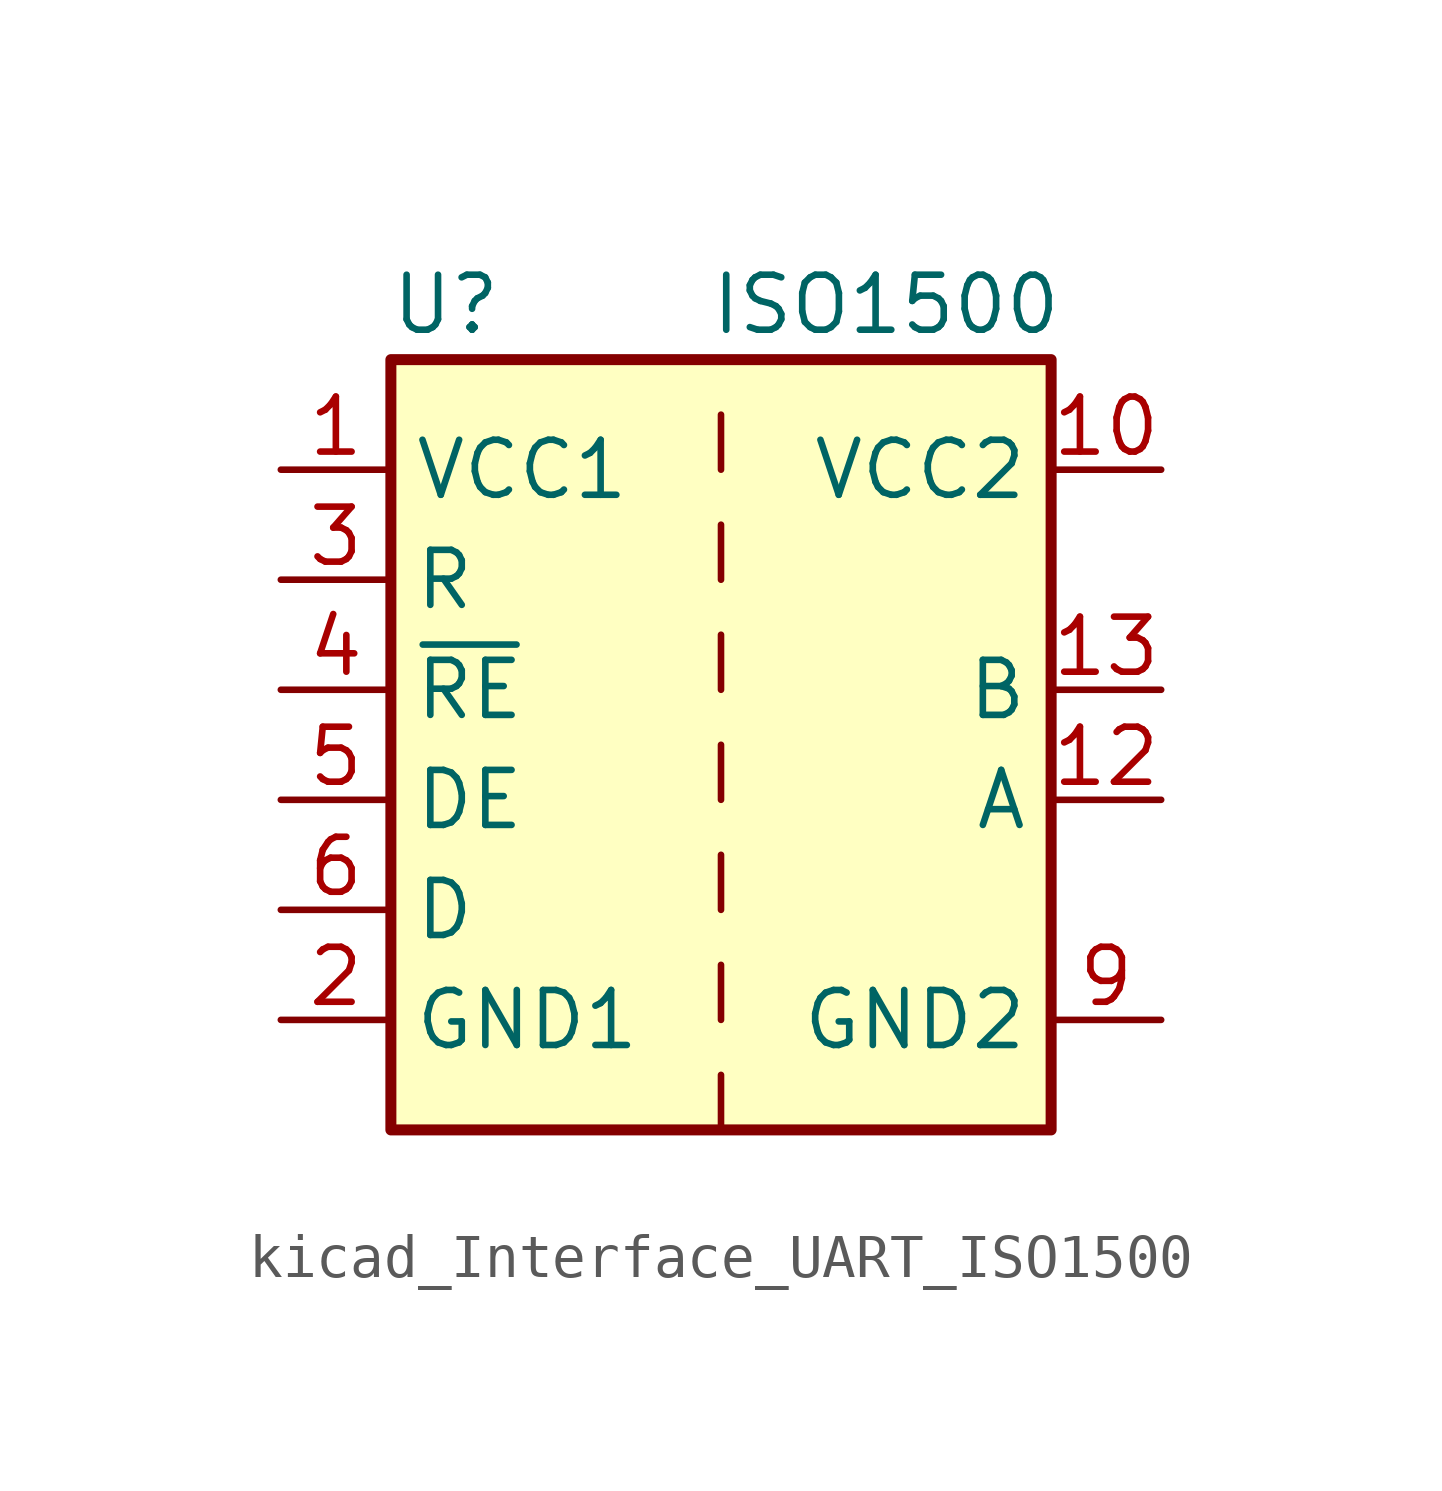
<source format=kicad_sym>
(kicad_symbol_lib
  (version 20220914)
  (generator kicad_symbol_editor)
  (symbol "kicad_Interface_UART_ISO1500"
    (property "Reference" "U"
      (at -6.35 11.43 0)
      (effects (font (size 1.27 1.27))))
    (property "Value" "ISO1500"
      (at 3.81 11.43 0)
      (effects (font (size 1.27 1.27))))
    (symbol "kicad_Interface_UART_ISO1500_0_1"
      (rectangle (start -7.62 10.16) (end 7.62 -7.62) (stroke (width 0.254) (type default)) (fill (type background)))
      (polyline (pts (xy 0 -6.35) (xy 0 -7.62)) (stroke (width 0) (type default)) (fill (type none)))
      (polyline (pts (xy 0 -3.81) (xy 0 -5.08)) (stroke (width 0) (type default)) (fill (type none)))
      (polyline (pts (xy 0 -1.27) (xy 0 -2.54)) (stroke (width 0) (type default)) (fill (type none)))
      (polyline (pts (xy 0 1.27) (xy 0 0)) (stroke (width 0) (type default)) (fill (type none)))
      (polyline (pts (xy 0 3.81) (xy 0 2.54)) (stroke (width 0) (type default)) (fill (type none)))
      (polyline (pts (xy 0 6.35) (xy 0 5.08)) (stroke (width 0) (type default)) (fill (type none)))
      (polyline (pts (xy 0 7.62) (xy 0 8.89)) (stroke (width 0) (type default)) (fill (type none))))
    (symbol "kicad_Interface_UART_ISO1500_1_1"
      (pin power_in line (at -10.16 7.62 0) (length 2.54) (name "VCC1" (effects (font (size 1.27 1.27)))) (number "1" (effects (font (size 1.27 1.27)))))
      (pin power_in line (at 10.16 7.62 180) (length 2.54) (name "VCC2" (effects (font (size 1.27 1.27)))) (number "10" (effects (font (size 1.27 1.27)))))
      (pin no_connect line (at 7.62 -2.54 180) (length 2.54) hide (name "NC" (effects (font (size 1.27 1.27)))) (number "11" (effects (font (size 1.27 1.27)))))
      (pin bidirectional line (at 10.16 0 180) (length 2.54) (name "A" (effects (font (size 1.27 1.27)))) (number "12" (effects (font (size 1.27 1.27)))))
      (pin bidirectional line (at 10.16 2.54 180) (length 2.54) (name "B" (effects (font (size 1.27 1.27)))) (number "13" (effects (font (size 1.27 1.27)))))
      (pin no_connect line (at 7.62 5.08 180) (length 2.54) hide (name "NC" (effects (font (size 1.27 1.27)))) (number "14" (effects (font (size 1.27 1.27)))))
      (pin passive line (at 10.16 -5.08 180) (length 2.54) hide (name "GND2" (effects (font (size 1.27 1.27)))) (number "15" (effects (font (size 1.27 1.27)))))
      (pin passive line (at 10.16 7.62 180) (length 2.54) hide (name "VCC2" (effects (font (size 1.27 1.27)))) (number "16" (effects (font (size 1.27 1.27)))))
      (pin power_in line (at -10.16 -5.08 0) (length 2.54) (name "GND1" (effects (font (size 1.27 1.27)))) (number "2" (effects (font (size 1.27 1.27)))))
      (pin output line (at -10.16 5.08 0) (length 2.54) (name "R" (effects (font (size 1.27 1.27)))) (number "3" (effects (font (size 1.27 1.27)))))
      (pin input line (at -10.16 2.54 0) (length 2.54) (name "~{RE}" (effects (font (size 1.27 1.27)))) (number "4" (effects (font (size 1.27 1.27)))))
      (pin input line (at -10.16 0 0) (length 2.54) (name "DE" (effects (font (size 1.27 1.27)))) (number "5" (effects (font (size 1.27 1.27)))))
      (pin input line (at -10.16 -2.54 0) (length 2.54) (name "D" (effects (font (size 1.27 1.27)))) (number "6" (effects (font (size 1.27 1.27)))))
      (pin no_connect line (at 0 -7.62 90) (length 2.54) hide (name "NC" (effects (font (size 1.27 1.27)))) (number "7" (effects (font (size 1.27 1.27)))))
      (pin passive line (at -10.16 -5.08 0) (length 2.54) hide (name "GND1" (effects (font (size 1.27 1.27)))) (number "8" (effects (font (size 1.27 1.27)))))
      (pin power_in line (at 10.16 -5.08 180) (length 2.54) (name "GND2" (effects (font (size 1.27 1.27)))) (number "9" (effects (font (size 1.27 1.27))))))))
</source>
